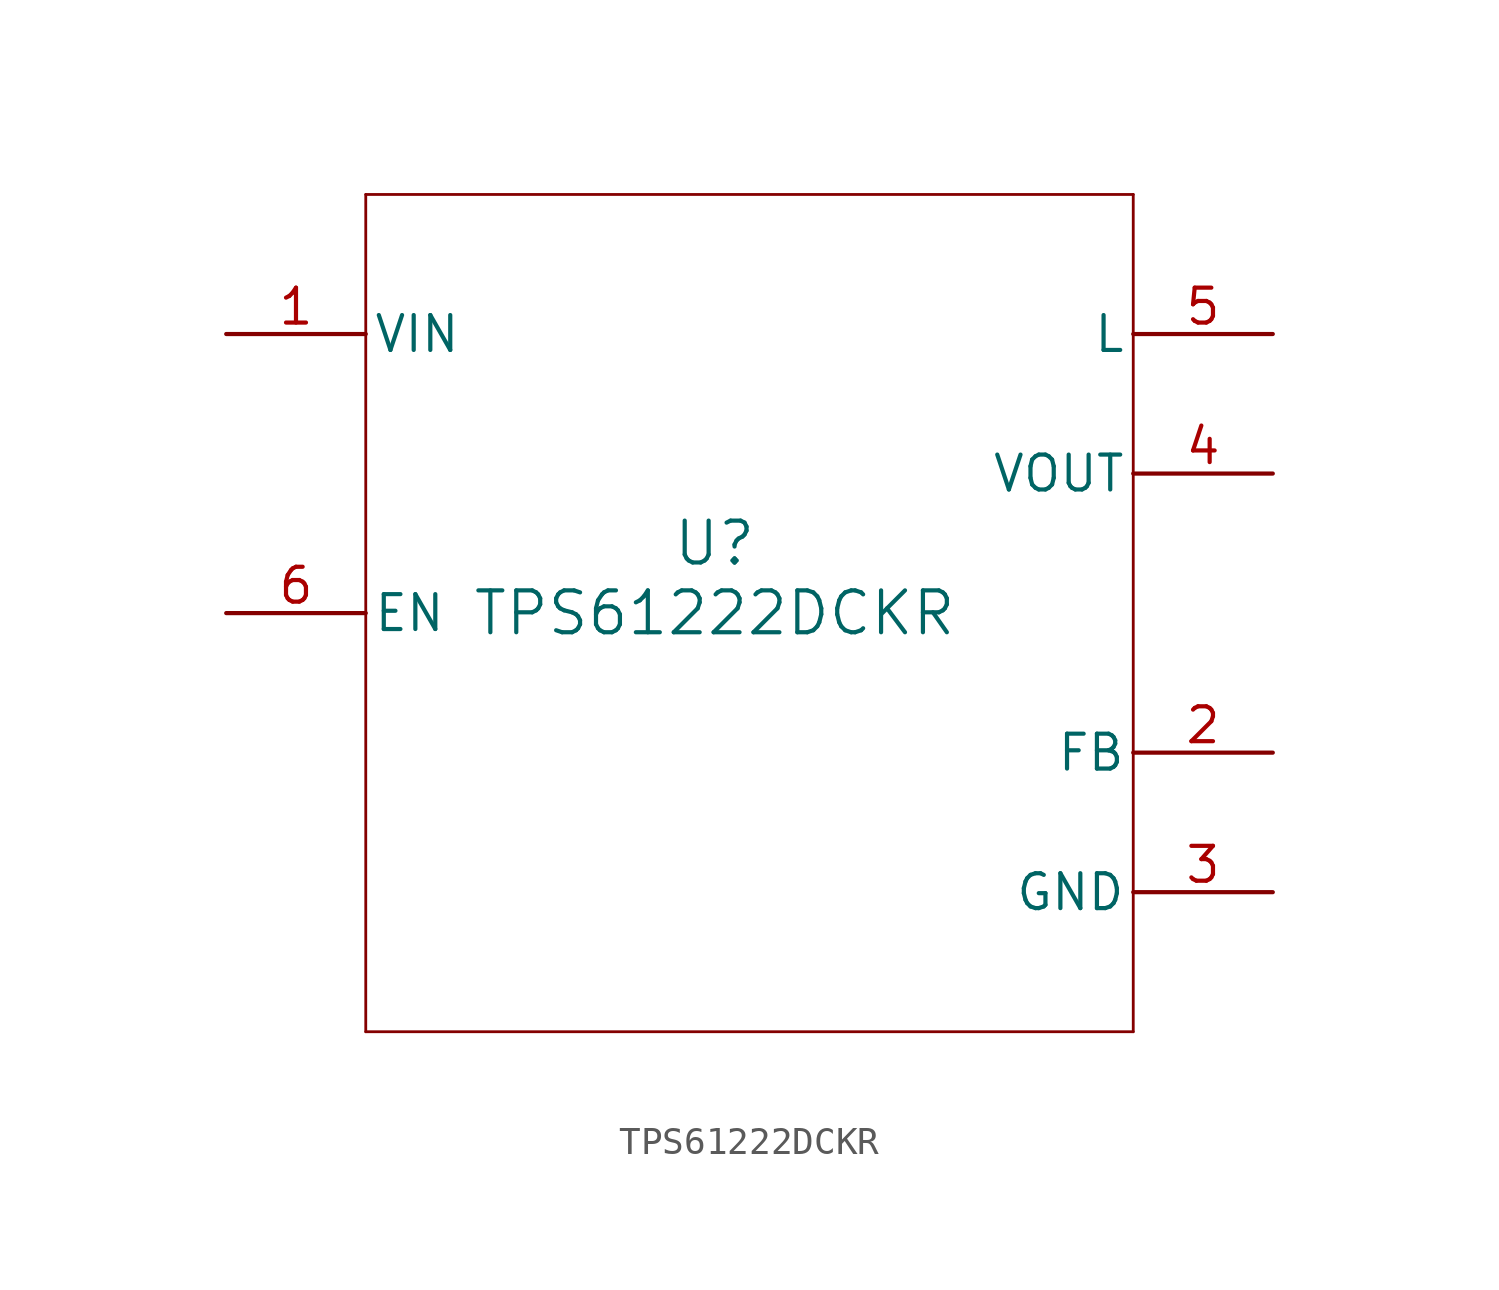
<source format=kicad_sym>
(kicad_symbol_lib
  (version 20211014)
  (generator kicad_symbol_editor)
  (symbol "TPS61222DCKR"
    (pin_names
      (offset 0.254))
    (property "Reference" "U"
      (at 0 2.54 0)
      (effects (font (size 1.524 1.524))))
    (property "Value" "TPS61222DCKR"
      (at 0 0 0)
      (effects (font (size 1.524 1.524))))
    (symbol "TPS61222DCKR_0_1"
      (polyline (pts (xy -12.7 -15.24) (xy 15.24 -15.24)) (stroke (width 0.102) (type default) (color 0 0 0 0)) (fill (type none)))
      (polyline (pts (xy 15.24 -15.24) (xy 15.24 15.24)) (stroke (width 0.102) (type default) (color 0 0 0 0)) (fill (type none)))
      (polyline (pts (xy 15.24 15.24) (xy -12.7 15.24)) (stroke (width 0.102) (type default) (color 0 0 0 0)) (fill (type none)))
      (polyline (pts (xy -12.7 15.24) (xy -12.7 -15.24)) (stroke (width 0.102) (type default) (color 0 0 0 0)) (fill (type none)))
      (pin power_in line (at -17.78 10.16 0) (length 5.08) (name "VIN" (effects (font (size 1.27 1.27)))) (number "1" (effects (font (size 1.27 1.27)))))
      (pin input line (at 20.32 -5.08 180) (length 5.08) (name "FB" (effects (font (size 1.27 1.27)))) (number "2" (effects (font (size 1.27 1.27)))))
      (pin power_in line (at 20.32 -10.16 180) (length 5.08) (name "GND" (effects (font (size 1.27 1.27)))) (number "3" (effects (font (size 1.27 1.27)))))
      (pin power_in line (at 20.32 5.08 180) (length 5.08) (name "VOUT" (effects (font (size 1.27 1.27)))) (number "4" (effects (font (size 1.27 1.27)))))
      (pin unspecified line (at 20.32 10.16 180) (length 5.08) (name "L" (effects (font (size 1.27 1.27)))) (number "5" (effects (font (size 1.27 1.27)))))
      (pin input line (at -17.78 0 0) (length 5.08) (name "EN" (effects (font (size 1.27 1.27)))) (number "6" (effects (font (size 1.27 1.27))))))))
</source>
